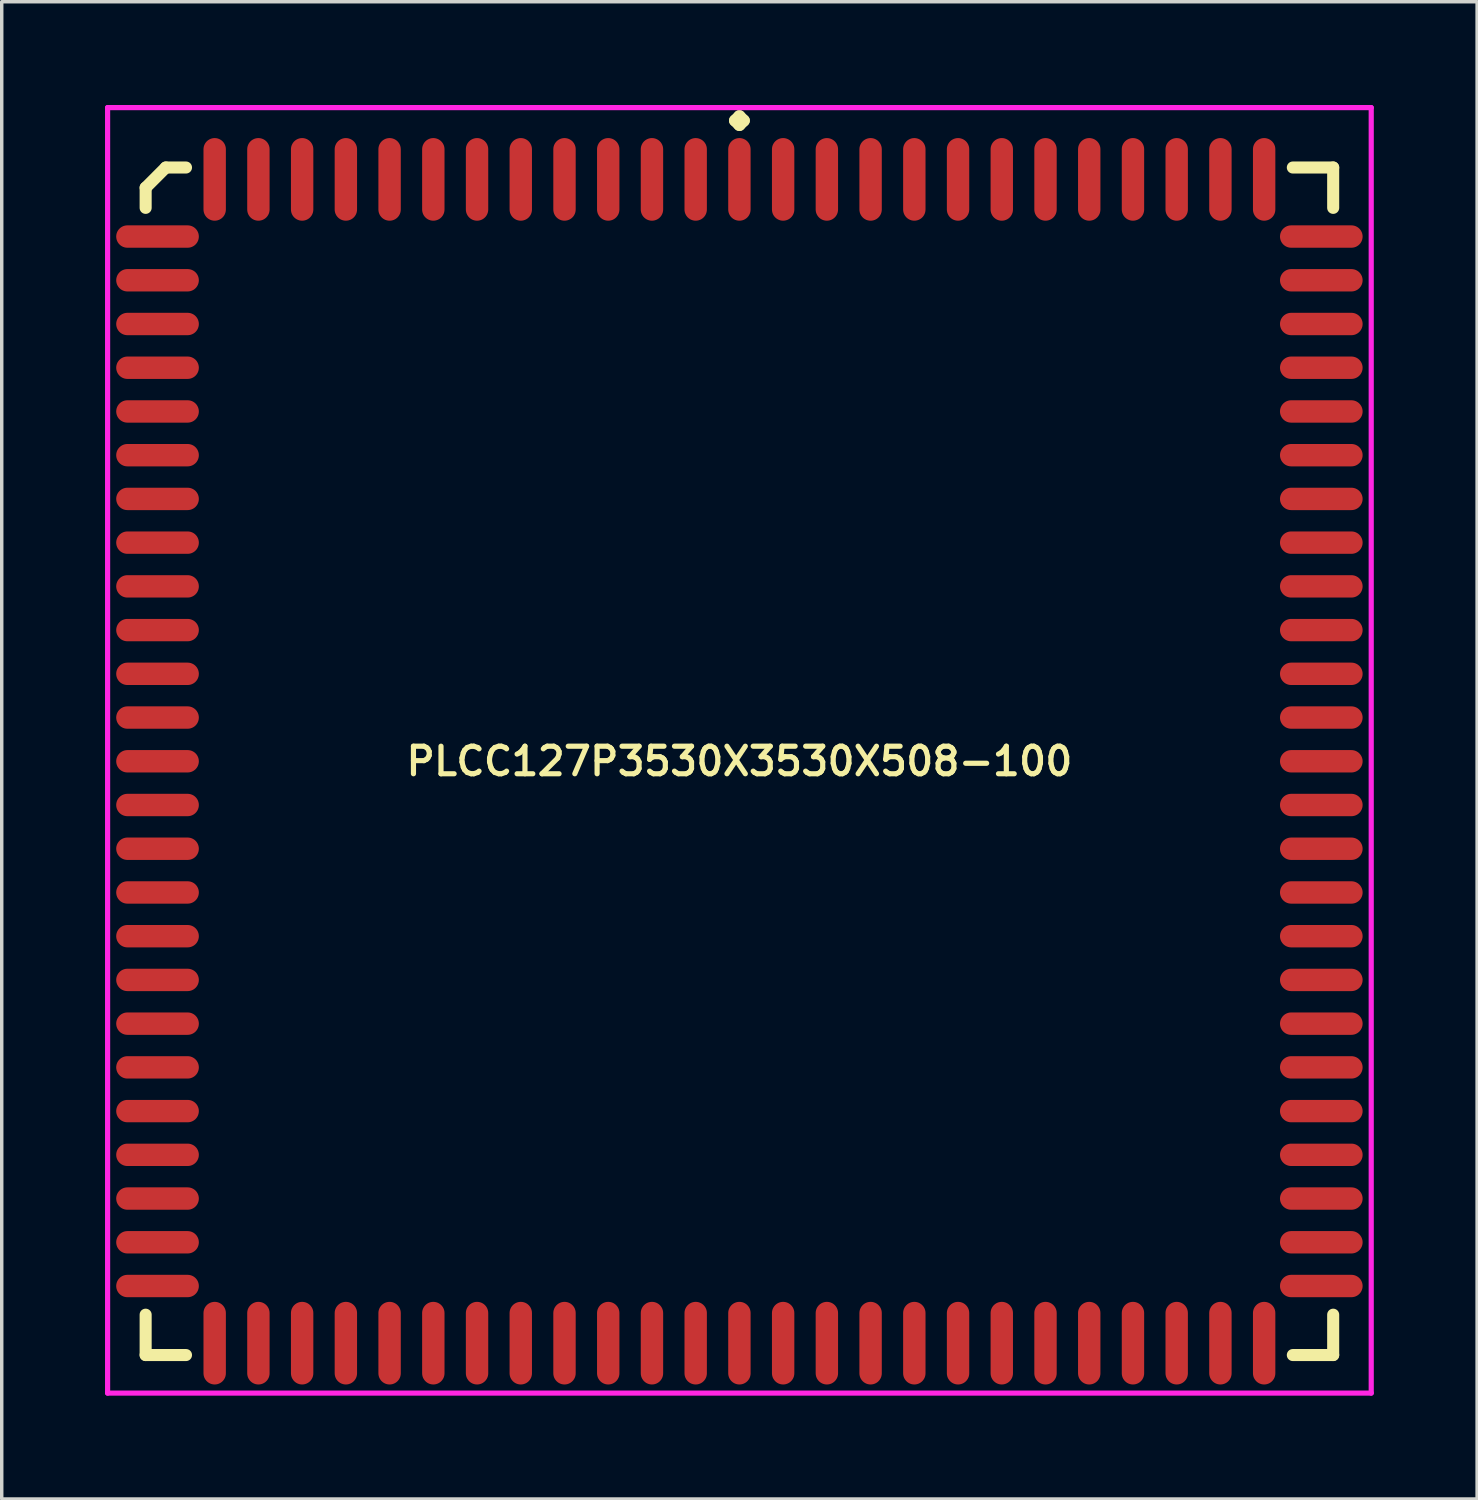
<source format=kicad_pcb>
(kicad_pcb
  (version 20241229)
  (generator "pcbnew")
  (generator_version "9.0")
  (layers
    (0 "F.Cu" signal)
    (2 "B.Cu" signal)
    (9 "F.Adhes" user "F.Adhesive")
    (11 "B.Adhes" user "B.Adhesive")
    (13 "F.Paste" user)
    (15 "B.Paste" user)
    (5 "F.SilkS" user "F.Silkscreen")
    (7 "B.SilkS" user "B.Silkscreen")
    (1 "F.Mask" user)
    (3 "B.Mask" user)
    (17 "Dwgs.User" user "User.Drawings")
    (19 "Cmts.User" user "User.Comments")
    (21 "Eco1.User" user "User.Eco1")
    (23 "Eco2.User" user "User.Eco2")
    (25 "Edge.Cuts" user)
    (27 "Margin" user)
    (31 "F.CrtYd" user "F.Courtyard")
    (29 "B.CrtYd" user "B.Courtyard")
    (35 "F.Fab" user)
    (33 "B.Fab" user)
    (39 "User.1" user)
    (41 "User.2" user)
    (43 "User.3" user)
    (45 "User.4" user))
  (footprint "PLCC127P3530X3530X508-100"
    (layer "F.Cu")
    (at 18.425 19.06)
    (property "Reference" "PLCC127P3530X3530X508-100" (at 0 0 0) (layer "F.SilkS") (effects (font (size 0.8 0.8) (thickness 0.15))))
    (attr through_hole)
    (fp_line (start -17.245 -16.659) (end -16.659 -17.245) (stroke (width 0.35) (type solid)) (layer "F.SilkS"))
    (fp_line (start -17.245 -16.073) (end -17.245 -16.659) (stroke (width 0.35) (type solid)) (layer "F.SilkS"))
    (fp_line (start -17.245 16.073) (end -17.245 17.245) (stroke (width 0.35) (type solid)) (layer "F.SilkS"))
    (fp_line (start -17.245 17.245) (end -16.073 17.245) (stroke (width 0.35) (type solid)) (layer "F.SilkS"))
    (fp_line (start -16.659 -17.245) (end -16.073 -17.245) (stroke (width 0.35) (type solid)) (layer "F.SilkS"))
    (fp_line (start -0.127 -18.608) (end 0 -18.735) (stroke (width 0.35) (type solid)) (layer "F.SilkS"))
    (fp_line (start 0 -18.735) (end 0.127 -18.608) (stroke (width 0.35) (type solid)) (layer "F.SilkS"))
    (fp_line (start 0 -18.481) (end -0.127 -18.608) (stroke (width 0.35) (type solid)) (layer "F.SilkS"))
    (fp_line (start 0.127 -18.608) (end 0 -18.481) (stroke (width 0.35) (type solid)) (layer "F.SilkS"))
    (fp_line (start 17.245 -17.245) (end 16.073 -17.245) (stroke (width 0.35) (type solid)) (layer "F.SilkS"))
    (fp_line (start 17.245 -16.073) (end 17.245 -17.245) (stroke (width 0.35) (type solid)) (layer "F.SilkS"))
    (fp_line (start 17.245 16.073) (end 17.245 17.245) (stroke (width 0.35) (type solid)) (layer "F.SilkS"))
    (fp_line (start 17.245 17.245) (end 16.073 17.245) (stroke (width 0.35) (type solid)) (layer "F.SilkS"))
    (fp_line (start -18.35 -18.985) (end 18.35 -18.985) (stroke (width 0.15) (type solid)) (layer "F.CrtYd"))
    (fp_line (start -18.35 18.35) (end -18.35 -18.985) (stroke (width 0.15) (type solid)) (layer "F.CrtYd"))
    (fp_line (start 18.35 -18.985) (end 18.35 18.35) (stroke (width 0.15) (type solid)) (layer "F.CrtYd"))
    (fp_line (start 18.35 18.35) (end -18.35 18.35) (stroke (width 0.15) (type solid)) (layer "F.CrtYd"))
    (pad "1" smd oval (at 0 -16.9) (size 0.65 2.4) (layers "F.Cu" "F.Mask" "F.Paste"))
    (pad "2" smd oval (at -1.27 -16.9) (size 0.65 2.4) (layers "F.Cu" "F.Mask" "F.Paste"))
    (pad "3" smd oval (at -2.54 -16.9) (size 0.65 2.4) (layers "F.Cu" "F.Mask" "F.Paste"))
    (pad "4" smd oval (at -3.81 -16.9) (size 0.65 2.4) (layers "F.Cu" "F.Mask" "F.Paste"))
    (pad "5" smd oval (at -5.08 -16.9) (size 0.65 2.4) (layers "F.Cu" "F.Mask" "F.Paste"))
    (pad "6" smd oval (at -6.35 -16.9) (size 0.65 2.4) (layers "F.Cu" "F.Mask" "F.Paste"))
    (pad "7" smd oval (at -7.62 -16.9) (size 0.65 2.4) (layers "F.Cu" "F.Mask" "F.Paste"))
    (pad "8" smd oval (at -8.89 -16.9) (size 0.65 2.4) (layers "F.Cu" "F.Mask" "F.Paste"))
    (pad "9" smd oval (at -10.16 -16.9) (size 0.65 2.4) (layers "F.Cu" "F.Mask" "F.Paste"))
    (pad "10" smd oval (at -11.43 -16.9) (size 0.65 2.4) (layers "F.Cu" "F.Mask" "F.Paste"))
    (pad "11" smd oval (at -12.7 -16.9) (size 0.65 2.4) (layers "F.Cu" "F.Mask" "F.Paste"))
    (pad "12" smd oval (at -13.97 -16.9) (size 0.65 2.4) (layers "F.Cu" "F.Mask" "F.Paste"))
    (pad "13" smd oval (at -15.24 -16.9) (size 0.65 2.4) (layers "F.Cu" "F.Mask" "F.Paste"))
    (pad "14" smd oval (at -16.9 -15.24) (size 2.4 0.65) (layers "F.Cu" "F.Mask" "F.Paste"))
    (pad "15" smd oval (at -16.9 -13.97) (size 2.4 0.65) (layers "F.Cu" "F.Mask" "F.Paste"))
    (pad "16" smd oval (at -16.9 -12.7) (size 2.4 0.65) (layers "F.Cu" "F.Mask" "F.Paste"))
    (pad "17" smd oval (at -16.9 -11.43) (size 2.4 0.65) (layers "F.Cu" "F.Mask" "F.Paste"))
    (pad "18" smd oval (at -16.9 -10.16) (size 2.4 0.65) (layers "F.Cu" "F.Mask" "F.Paste"))
    (pad "19" smd oval (at -16.9 -8.89) (size 2.4 0.65) (layers "F.Cu" "F.Mask" "F.Paste"))
    (pad "20" smd oval (at -16.9 -7.62) (size 2.4 0.65) (layers "F.Cu" "F.Mask" "F.Paste"))
    (pad "21" smd oval (at -16.9 -6.35) (size 2.4 0.65) (layers "F.Cu" "F.Mask" "F.Paste"))
    (pad "22" smd oval (at -16.9 -5.08) (size 2.4 0.65) (layers "F.Cu" "F.Mask" "F.Paste"))
    (pad "23" smd oval (at -16.9 -3.81) (size 2.4 0.65) (layers "F.Cu" "F.Mask" "F.Paste"))
    (pad "24" smd oval (at -16.9 -2.54) (size 2.4 0.65) (layers "F.Cu" "F.Mask" "F.Paste"))
    (pad "25" smd oval (at -16.9 -1.27) (size 2.4 0.65) (layers "F.Cu" "F.Mask" "F.Paste"))
    (pad "26" smd oval (at -16.9 0) (size 2.4 0.65) (layers "F.Cu" "F.Mask" "F.Paste"))
    (pad "27" smd oval (at -16.9 1.27) (size 2.4 0.65) (layers "F.Cu" "F.Mask" "F.Paste"))
    (pad "28" smd oval (at -16.9 2.54) (size 2.4 0.65) (layers "F.Cu" "F.Mask" "F.Paste"))
    (pad "29" smd oval (at -16.9 3.81) (size 2.4 0.65) (layers "F.Cu" "F.Mask" "F.Paste"))
    (pad "30" smd oval (at -16.9 5.08) (size 2.4 0.65) (layers "F.Cu" "F.Mask" "F.Paste"))
    (pad "31" smd oval (at -16.9 6.35) (size 2.4 0.65) (layers "F.Cu" "F.Mask" "F.Paste"))
    (pad "32" smd oval (at -16.9 7.62) (size 2.4 0.65) (layers "F.Cu" "F.Mask" "F.Paste"))
    (pad "33" smd oval (at -16.9 8.89) (size 2.4 0.65) (layers "F.Cu" "F.Mask" "F.Paste"))
    (pad "34" smd oval (at -16.9 10.16) (size 2.4 0.65) (layers "F.Cu" "F.Mask" "F.Paste"))
    (pad "35" smd oval (at -16.9 11.43) (size 2.4 0.65) (layers "F.Cu" "F.Mask" "F.Paste"))
    (pad "36" smd oval (at -16.9 12.7) (size 2.4 0.65) (layers "F.Cu" "F.Mask" "F.Paste"))
    (pad "37" smd oval (at -16.9 13.97) (size 2.4 0.65) (layers "F.Cu" "F.Mask" "F.Paste"))
    (pad "38" smd oval (at -16.9 15.24) (size 2.4 0.65) (layers "F.Cu" "F.Mask" "F.Paste"))
    (pad "39" smd oval (at -15.24 16.9) (size 0.65 2.4) (layers "F.Cu" "F.Mask" "F.Paste"))
    (pad "40" smd oval (at -13.97 16.9) (size 0.65 2.4) (layers "F.Cu" "F.Mask" "F.Paste"))
    (pad "41" smd oval (at -12.7 16.9) (size 0.65 2.4) (layers "F.Cu" "F.Mask" "F.Paste"))
    (pad "42" smd oval (at -11.43 16.9) (size 0.65 2.4) (layers "F.Cu" "F.Mask" "F.Paste"))
    (pad "43" smd oval (at -10.16 16.9) (size 0.65 2.4) (layers "F.Cu" "F.Mask" "F.Paste"))
    (pad "44" smd oval (at -8.89 16.9) (size 0.65 2.4) (layers "F.Cu" "F.Mask" "F.Paste"))
    (pad "45" smd oval (at -7.62 16.9) (size 0.65 2.4) (layers "F.Cu" "F.Mask" "F.Paste"))
    (pad "46" smd oval (at -6.35 16.9) (size 0.65 2.4) (layers "F.Cu" "F.Mask" "F.Paste"))
    (pad "47" smd oval (at -5.08 16.9) (size 0.65 2.4) (layers "F.Cu" "F.Mask" "F.Paste"))
    (pad "48" smd oval (at -3.81 16.9) (size 0.65 2.4) (layers "F.Cu" "F.Mask" "F.Paste"))
    (pad "49" smd oval (at -2.54 16.9) (size 0.65 2.4) (layers "F.Cu" "F.Mask" "F.Paste"))
    (pad "50" smd oval (at -1.27 16.9) (size 0.65 2.4) (layers "F.Cu" "F.Mask" "F.Paste"))
    (pad "51" smd oval (at 0 16.9) (size 0.65 2.4) (layers "F.Cu" "F.Mask" "F.Paste"))
    (pad "52" smd oval (at 1.27 16.9) (size 0.65 2.4) (layers "F.Cu" "F.Mask" "F.Paste"))
    (pad "53" smd oval (at 2.54 16.9) (size 0.65 2.4) (layers "F.Cu" "F.Mask" "F.Paste"))
    (pad "54" smd oval (at 3.81 16.9) (size 0.65 2.4) (layers "F.Cu" "F.Mask" "F.Paste"))
    (pad "55" smd oval (at 5.08 16.9) (size 0.65 2.4) (layers "F.Cu" "F.Mask" "F.Paste"))
    (pad "56" smd oval (at 6.35 16.9) (size 0.65 2.4) (layers "F.Cu" "F.Mask" "F.Paste"))
    (pad "57" smd oval (at 7.62 16.9) (size 0.65 2.4) (layers "F.Cu" "F.Mask" "F.Paste"))
    (pad "58" smd oval (at 8.89 16.9) (size 0.65 2.4) (layers "F.Cu" "F.Mask" "F.Paste"))
    (pad "59" smd oval (at 10.16 16.9) (size 0.65 2.4) (layers "F.Cu" "F.Mask" "F.Paste"))
    (pad "60" smd oval (at 11.43 16.9) (size 0.65 2.4) (layers "F.Cu" "F.Mask" "F.Paste"))
    (pad "61" smd oval (at 12.7 16.9) (size 0.65 2.4) (layers "F.Cu" "F.Mask" "F.Paste"))
    (pad "62" smd oval (at 13.97 16.9) (size 0.65 2.4) (layers "F.Cu" "F.Mask" "F.Paste"))
    (pad "63" smd oval (at 15.24 16.9) (size 0.65 2.4) (layers "F.Cu" "F.Mask" "F.Paste"))
    (pad "64" smd oval (at 16.9 15.24) (size 2.4 0.65) (layers "F.Cu" "F.Mask" "F.Paste"))
    (pad "65" smd oval (at 16.9 13.97) (size 2.4 0.65) (layers "F.Cu" "F.Mask" "F.Paste"))
    (pad "66" smd oval (at 16.9 12.7) (size 2.4 0.65) (layers "F.Cu" "F.Mask" "F.Paste"))
    (pad "67" smd oval (at 16.9 11.43) (size 2.4 0.65) (layers "F.Cu" "F.Mask" "F.Paste"))
    (pad "68" smd oval (at 16.9 10.16) (size 2.4 0.65) (layers "F.Cu" "F.Mask" "F.Paste"))
    (pad "69" smd oval (at 16.9 8.89) (size 2.4 0.65) (layers "F.Cu" "F.Mask" "F.Paste"))
    (pad "70" smd oval (at 16.9 7.62) (size 2.4 0.65) (layers "F.Cu" "F.Mask" "F.Paste"))
    (pad "71" smd oval (at 16.9 6.35) (size 2.4 0.65) (layers "F.Cu" "F.Mask" "F.Paste"))
    (pad "72" smd oval (at 16.9 5.08) (size 2.4 0.65) (layers "F.Cu" "F.Mask" "F.Paste"))
    (pad "73" smd oval (at 16.9 3.81) (size 2.4 0.65) (layers "F.Cu" "F.Mask" "F.Paste"))
    (pad "74" smd oval (at 16.9 2.54) (size 2.4 0.65) (layers "F.Cu" "F.Mask" "F.Paste"))
    (pad "75" smd oval (at 16.9 1.27) (size 2.4 0.65) (layers "F.Cu" "F.Mask" "F.Paste"))
    (pad "76" smd oval (at 16.9 0) (size 2.4 0.65) (layers "F.Cu" "F.Mask" "F.Paste"))
    (pad "77" smd oval (at 16.9 -1.27) (size 2.4 0.65) (layers "F.Cu" "F.Mask" "F.Paste"))
    (pad "78" smd oval (at 16.9 -2.54) (size 2.4 0.65) (layers "F.Cu" "F.Mask" "F.Paste"))
    (pad "79" smd oval (at 16.9 -3.81) (size 2.4 0.65) (layers "F.Cu" "F.Mask" "F.Paste"))
    (pad "80" smd oval (at 16.9 -5.08) (size 2.4 0.65) (layers "F.Cu" "F.Mask" "F.Paste"))
    (pad "81" smd oval (at 16.9 -6.35) (size 2.4 0.65) (layers "F.Cu" "F.Mask" "F.Paste"))
    (pad "82" smd oval (at 16.9 -7.62) (size 2.4 0.65) (layers "F.Cu" "F.Mask" "F.Paste"))
    (pad "83" smd oval (at 16.9 -8.89) (size 2.4 0.65) (layers "F.Cu" "F.Mask" "F.Paste"))
    (pad "84" smd oval (at 16.9 -10.16) (size 2.4 0.65) (layers "F.Cu" "F.Mask" "F.Paste"))
    (pad "85" smd oval (at 16.9 -11.43) (size 2.4 0.65) (layers "F.Cu" "F.Mask" "F.Paste"))
    (pad "86" smd oval (at 16.9 -12.7) (size 2.4 0.65) (layers "F.Cu" "F.Mask" "F.Paste"))
    (pad "87" smd oval (at 16.9 -13.97) (size 2.4 0.65) (layers "F.Cu" "F.Mask" "F.Paste"))
    (pad "88" smd oval (at 16.9 -15.24) (size 2.4 0.65) (layers "F.Cu" "F.Mask" "F.Paste"))
    (pad "89" smd oval (at 15.24 -16.9) (size 0.65 2.4) (layers "F.Cu" "F.Mask" "F.Paste"))
    (pad "90" smd oval (at 13.97 -16.9) (size 0.65 2.4) (layers "F.Cu" "F.Mask" "F.Paste"))
    (pad "91" smd oval (at 12.7 -16.9) (size 0.65 2.4) (layers "F.Cu" "F.Mask" "F.Paste"))
    (pad "92" smd oval (at 11.43 -16.9) (size 0.65 2.4) (layers "F.Cu" "F.Mask" "F.Paste"))
    (pad "93" smd oval (at 10.16 -16.9) (size 0.65 2.4) (layers "F.Cu" "F.Mask" "F.Paste"))
    (pad "94" smd oval (at 8.89 -16.9) (size 0.65 2.4) (layers "F.Cu" "F.Mask" "F.Paste"))
    (pad "95" smd oval (at 7.62 -16.9) (size 0.65 2.4) (layers "F.Cu" "F.Mask" "F.Paste"))
    (pad "96" smd oval (at 6.35 -16.9) (size 0.65 2.4) (layers "F.Cu" "F.Mask" "F.Paste"))
    (pad "97" smd oval (at 5.08 -16.9) (size 0.65 2.4) (layers "F.Cu" "F.Mask" "F.Paste"))
    (pad "98" smd oval (at 3.81 -16.9) (size 0.65 2.4) (layers "F.Cu" "F.Mask" "F.Paste"))
    (pad "99" smd oval (at 2.54 -16.9) (size 0.65 2.4) (layers "F.Cu" "F.Mask" "F.Paste"))
    (pad "100" smd oval (at 1.27 -16.9) (size 0.65 2.4) (layers "F.Cu" "F.Mask" "F.Paste")))
  (gr_rect
    (start -3 -3)
    (end 39.85 40.485)
    (stroke (width 0.1) (type default))
    (fill no)
    (layer "Edge.Cuts")))
</source>
